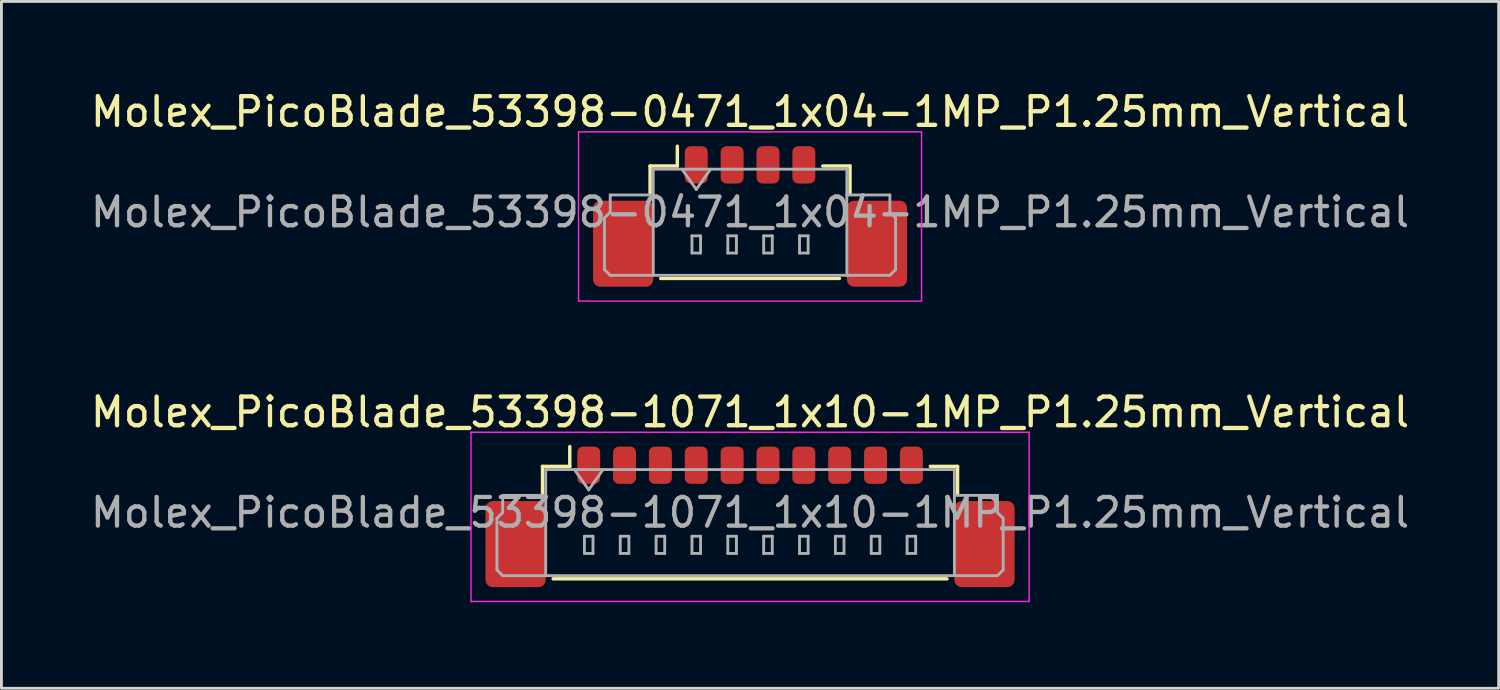
<source format=kicad_pcb>
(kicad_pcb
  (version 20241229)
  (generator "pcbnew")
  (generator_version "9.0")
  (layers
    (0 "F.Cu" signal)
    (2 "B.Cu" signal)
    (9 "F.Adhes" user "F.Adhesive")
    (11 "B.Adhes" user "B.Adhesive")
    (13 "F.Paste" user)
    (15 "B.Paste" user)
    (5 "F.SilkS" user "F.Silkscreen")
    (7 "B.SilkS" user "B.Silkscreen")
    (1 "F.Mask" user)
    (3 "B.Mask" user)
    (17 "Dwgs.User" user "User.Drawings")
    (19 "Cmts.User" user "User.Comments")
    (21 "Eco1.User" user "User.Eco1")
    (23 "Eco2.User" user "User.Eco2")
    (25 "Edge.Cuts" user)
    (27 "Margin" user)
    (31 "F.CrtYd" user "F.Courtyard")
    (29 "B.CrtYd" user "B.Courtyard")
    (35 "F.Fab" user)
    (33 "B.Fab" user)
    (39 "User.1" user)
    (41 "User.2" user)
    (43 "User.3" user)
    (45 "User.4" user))
  (footprint "Molex_PicoBlade_53398-0471_1x04-1MP_P1.25mm_Vertical"
    (layer "F.Cu")
    (at 23.101 3.948)
    (property "Reference" "Molex_PicoBlade_53398-0471_1x04-1MP_P1.25mm_Vertical" (at 0 -3.1 0) (layer "F.SilkS") (effects (font (size 1 1) (thickness 0.15))))
    (attr smd)
    (fp_line (start -3.485 -1.21) (end -2.535 -1.21) (stroke (width 0.12) (type solid)) (layer "F.SilkS"))
    (fp_line (start -3.485 -0.26) (end -3.485 -1.21) (stroke (width 0.12) (type solid)) (layer "F.SilkS"))
    (fp_line (start -3.115 2.71) (end 3.115 2.71) (stroke (width 0.12) (type solid)) (layer "F.SilkS"))
    (fp_line (start -2.535 -1.21) (end -2.535 -1.9) (stroke (width 0.12) (type solid)) (layer "F.SilkS"))
    (fp_line (start 3.485 -1.21) (end 2.535 -1.21) (stroke (width 0.12) (type solid)) (layer "F.SilkS"))
    (fp_line (start 3.485 -0.26) (end 3.485 -1.21) (stroke (width 0.12) (type solid)) (layer "F.SilkS"))
    (fp_line (start -5.98 -2.4) (end -5.98 3.5) (stroke (width 0.05) (type solid)) (layer "F.CrtYd"))
    (fp_line (start -5.98 3.5) (end 5.98 3.5) (stroke (width 0.05) (type solid)) (layer "F.CrtYd"))
    (fp_line (start 5.98 -2.4) (end -5.98 -2.4) (stroke (width 0.05) (type solid)) (layer "F.CrtYd"))
    (fp_line (start 5.98 3.5) (end 5.98 -2.4) (stroke (width 0.05) (type solid)) (layer "F.CrtYd"))
    (fp_line (start -5.075 0.6) (end -4.875 0.4) (stroke (width 0.1) (type solid)) (layer "F.Fab"))
    (fp_line (start -5.075 2.4) (end -5.075 0.6) (stroke (width 0.1) (type solid)) (layer "F.Fab"))
    (fp_line (start -4.875 -0.2) (end -3.375 -0.2) (stroke (width 0.1) (type solid)) (layer "F.Fab"))
    (fp_line (start -4.875 0.4) (end -4.875 -0.2) (stroke (width 0.1) (type solid)) (layer "F.Fab"))
    (fp_line (start -4.875 2.6) (end -5.075 2.4) (stroke (width 0.1) (type solid)) (layer "F.Fab"))
    (fp_line (start -3.375 -1.1) (end -3.375 2.6) (stroke (width 0.1) (type solid)) (layer "F.Fab"))
    (fp_line (start -3.375 -1.1) (end 3.375 -1.1) (stroke (width 0.1) (type solid)) (layer "F.Fab"))
    (fp_line (start -3.375 2.6) (end -4.875 2.6) (stroke (width 0.1) (type solid)) (layer "F.Fab"))
    (fp_line (start -3.375 2.6) (end 3.375 2.6) (stroke (width 0.1) (type solid)) (layer "F.Fab"))
    (fp_line (start -2.375 -1.1) (end -1.875 -0.393) (stroke (width 0.1) (type solid)) (layer "F.Fab"))
    (fp_line (start -2.025 1.225) (end -2.025 1.825) (stroke (width 0.1) (type solid)) (layer "F.Fab"))
    (fp_line (start -2.025 1.825) (end -1.725 1.825) (stroke (width 0.1) (type solid)) (layer "F.Fab"))
    (fp_line (start -1.875 -0.393) (end -1.375 -1.1) (stroke (width 0.1) (type solid)) (layer "F.Fab"))
    (fp_line (start -1.725 1.225) (end -2.025 1.225) (stroke (width 0.1) (type solid)) (layer "F.Fab"))
    (fp_line (start -1.725 1.825) (end -1.725 1.225) (stroke (width 0.1) (type solid)) (layer "F.Fab"))
    (fp_line (start -0.775 1.225) (end -0.775 1.825) (stroke (width 0.1) (type solid)) (layer "F.Fab"))
    (fp_line (start -0.775 1.825) (end -0.475 1.825) (stroke (width 0.1) (type solid)) (layer "F.Fab"))
    (fp_line (start -0.475 1.225) (end -0.775 1.225) (stroke (width 0.1) (type solid)) (layer "F.Fab"))
    (fp_line (start -0.475 1.825) (end -0.475 1.225) (stroke (width 0.1) (type solid)) (layer "F.Fab"))
    (fp_line (start 0.475 1.225) (end 0.475 1.825) (stroke (width 0.1) (type solid)) (layer "F.Fab"))
    (fp_line (start 0.475 1.825) (end 0.775 1.825) (stroke (width 0.1) (type solid)) (layer "F.Fab"))
    (fp_line (start 0.775 1.225) (end 0.475 1.225) (stroke (width 0.1) (type solid)) (layer "F.Fab"))
    (fp_line (start 0.775 1.825) (end 0.775 1.225) (stroke (width 0.1) (type solid)) (layer "F.Fab"))
    (fp_line (start 1.725 1.225) (end 1.725 1.825) (stroke (width 0.1) (type solid)) (layer "F.Fab"))
    (fp_line (start 1.725 1.825) (end 2.025 1.825) (stroke (width 0.1) (type solid)) (layer "F.Fab"))
    (fp_line (start 2.025 1.225) (end 1.725 1.225) (stroke (width 0.1) (type solid)) (layer "F.Fab"))
    (fp_line (start 2.025 1.825) (end 2.025 1.225) (stroke (width 0.1) (type solid)) (layer "F.Fab"))
    (fp_line (start 3.375 -1.1) (end 3.375 2.6) (stroke (width 0.1) (type solid)) (layer "F.Fab"))
    (fp_line (start 3.375 2.6) (end 4.875 2.6) (stroke (width 0.1) (type solid)) (layer "F.Fab"))
    (fp_line (start 4.875 -0.2) (end 3.375 -0.2) (stroke (width 0.1) (type solid)) (layer "F.Fab"))
    (fp_line (start 4.875 0.4) (end 4.875 -0.2) (stroke (width 0.1) (type solid)) (layer "F.Fab"))
    (fp_line (start 4.875 2.6) (end 5.075 2.4) (stroke (width 0.1) (type solid)) (layer "F.Fab"))
    (fp_line (start 5.075 0.6) (end 4.875 0.4) (stroke (width 0.1) (type solid)) (layer "F.Fab"))
    (fp_line (start 5.075 2.4) (end 5.075 0.6) (stroke (width 0.1) (type solid)) (layer "F.Fab"))
    (fp_text user "${REFERENCE}" (at 0 0.4 0) (layer "F.Fab") (effects (font (size 1 1) (thickness 0.15))))
    (pad "1" smd roundrect (at -1.875 -1.25) (size 0.8 1.3) (layers "F.Cu" "F.Mask" "F.Paste") (roundrect_rratio 0.25))
    (pad "2" smd roundrect (at -0.625 -1.25) (size 0.8 1.3) (layers "F.Cu" "F.Mask" "F.Paste") (roundrect_rratio 0.25))
    (pad "3" smd roundrect (at 0.625 -1.25) (size 0.8 1.3) (layers "F.Cu" "F.Mask" "F.Paste") (roundrect_rratio 0.25))
    (pad "4" smd roundrect (at 1.875 -1.25) (size 0.8 1.3) (layers "F.Cu" "F.Mask" "F.Paste") (roundrect_rratio 0.25))
    (pad "MP" smd roundrect (at -4.425 1.5) (size 2.1 3) (layers "F.Cu" "F.Mask" "F.Paste") (roundrect_rratio 0.119))
    (pad "MP" smd roundrect (at 4.425 1.5) (size 2.1 3) (layers "F.Cu" "F.Mask" "F.Paste") (roundrect_rratio 0.119)))
  (footprint "Molex_PicoBlade_53398-1071_1x10-1MP_P1.25mm_Vertical"
    (layer "F.Cu")
    (at 23.101 14.421)
    (property "Reference" "Molex_PicoBlade_53398-1071_1x10-1MP_P1.25mm_Vertical" (at 0 -3.1 0) (layer "F.SilkS") (effects (font (size 1 1) (thickness 0.15))))
    (attr smd)
    (fp_line (start -7.235 -1.21) (end -6.285 -1.21) (stroke (width 0.12) (type solid)) (layer "F.SilkS"))
    (fp_line (start -7.235 -0.26) (end -7.235 -1.21) (stroke (width 0.12) (type solid)) (layer "F.SilkS"))
    (fp_line (start -6.865 2.71) (end 6.865 2.71) (stroke (width 0.12) (type solid)) (layer "F.SilkS"))
    (fp_line (start -6.285 -1.21) (end -6.285 -1.9) (stroke (width 0.12) (type solid)) (layer "F.SilkS"))
    (fp_line (start 7.235 -1.21) (end 6.285 -1.21) (stroke (width 0.12) (type solid)) (layer "F.SilkS"))
    (fp_line (start 7.235 -0.26) (end 7.235 -1.21) (stroke (width 0.12) (type solid)) (layer "F.SilkS"))
    (fp_line (start -9.73 -2.4) (end -9.73 3.5) (stroke (width 0.05) (type solid)) (layer "F.CrtYd"))
    (fp_line (start -9.73 3.5) (end 9.73 3.5) (stroke (width 0.05) (type solid)) (layer "F.CrtYd"))
    (fp_line (start 9.73 -2.4) (end -9.73 -2.4) (stroke (width 0.05) (type solid)) (layer "F.CrtYd"))
    (fp_line (start 9.73 3.5) (end 9.73 -2.4) (stroke (width 0.05) (type solid)) (layer "F.CrtYd"))
    (fp_line (start -8.825 0.6) (end -8.625 0.4) (stroke (width 0.1) (type solid)) (layer "F.Fab"))
    (fp_line (start -8.825 2.4) (end -8.825 0.6) (stroke (width 0.1) (type solid)) (layer "F.Fab"))
    (fp_line (start -8.625 -0.2) (end -7.125 -0.2) (stroke (width 0.1) (type solid)) (layer "F.Fab"))
    (fp_line (start -8.625 0.4) (end -8.625 -0.2) (stroke (width 0.1) (type solid)) (layer "F.Fab"))
    (fp_line (start -8.625 2.6) (end -8.825 2.4) (stroke (width 0.1) (type solid)) (layer "F.Fab"))
    (fp_line (start -7.125 -1.1) (end -7.125 2.6) (stroke (width 0.1) (type solid)) (layer "F.Fab"))
    (fp_line (start -7.125 -1.1) (end 7.125 -1.1) (stroke (width 0.1) (type solid)) (layer "F.Fab"))
    (fp_line (start -7.125 2.6) (end -8.625 2.6) (stroke (width 0.1) (type solid)) (layer "F.Fab"))
    (fp_line (start -7.125 2.6) (end 7.125 2.6) (stroke (width 0.1) (type solid)) (layer "F.Fab"))
    (fp_line (start -6.125 -1.1) (end -5.625 -0.393) (stroke (width 0.1) (type solid)) (layer "F.Fab"))
    (fp_line (start -5.775 1.225) (end -5.775 1.825) (stroke (width 0.1) (type solid)) (layer "F.Fab"))
    (fp_line (start -5.775 1.825) (end -5.475 1.825) (stroke (width 0.1) (type solid)) (layer "F.Fab"))
    (fp_line (start -5.625 -0.393) (end -5.125 -1.1) (stroke (width 0.1) (type solid)) (layer "F.Fab"))
    (fp_line (start -5.475 1.225) (end -5.775 1.225) (stroke (width 0.1) (type solid)) (layer "F.Fab"))
    (fp_line (start -5.475 1.825) (end -5.475 1.225) (stroke (width 0.1) (type solid)) (layer "F.Fab"))
    (fp_line (start -4.525 1.225) (end -4.525 1.825) (stroke (width 0.1) (type solid)) (layer "F.Fab"))
    (fp_line (start -4.525 1.825) (end -4.225 1.825) (stroke (width 0.1) (type solid)) (layer "F.Fab"))
    (fp_line (start -4.225 1.225) (end -4.525 1.225) (stroke (width 0.1) (type solid)) (layer "F.Fab"))
    (fp_line (start -4.225 1.825) (end -4.225 1.225) (stroke (width 0.1) (type solid)) (layer "F.Fab"))
    (fp_line (start -3.275 1.225) (end -3.275 1.825) (stroke (width 0.1) (type solid)) (layer "F.Fab"))
    (fp_line (start -3.275 1.825) (end -2.975 1.825) (stroke (width 0.1) (type solid)) (layer "F.Fab"))
    (fp_line (start -2.975 1.225) (end -3.275 1.225) (stroke (width 0.1) (type solid)) (layer "F.Fab"))
    (fp_line (start -2.975 1.825) (end -2.975 1.225) (stroke (width 0.1) (type solid)) (layer "F.Fab"))
    (fp_line (start -2.025 1.225) (end -2.025 1.825) (stroke (width 0.1) (type solid)) (layer "F.Fab"))
    (fp_line (start -2.025 1.825) (end -1.725 1.825) (stroke (width 0.1) (type solid)) (layer "F.Fab"))
    (fp_line (start -1.725 1.225) (end -2.025 1.225) (stroke (width 0.1) (type solid)) (layer "F.Fab"))
    (fp_line (start -1.725 1.825) (end -1.725 1.225) (stroke (width 0.1) (type solid)) (layer "F.Fab"))
    (fp_line (start -0.775 1.225) (end -0.775 1.825) (stroke (width 0.1) (type solid)) (layer "F.Fab"))
    (fp_line (start -0.775 1.825) (end -0.475 1.825) (stroke (width 0.1) (type solid)) (layer "F.Fab"))
    (fp_line (start -0.475 1.225) (end -0.775 1.225) (stroke (width 0.1) (type solid)) (layer "F.Fab"))
    (fp_line (start -0.475 1.825) (end -0.475 1.225) (stroke (width 0.1) (type solid)) (layer "F.Fab"))
    (fp_line (start 0.475 1.225) (end 0.475 1.825) (stroke (width 0.1) (type solid)) (layer "F.Fab"))
    (fp_line (start 0.475 1.825) (end 0.775 1.825) (stroke (width 0.1) (type solid)) (layer "F.Fab"))
    (fp_line (start 0.775 1.225) (end 0.475 1.225) (stroke (width 0.1) (type solid)) (layer "F.Fab"))
    (fp_line (start 0.775 1.825) (end 0.775 1.225) (stroke (width 0.1) (type solid)) (layer "F.Fab"))
    (fp_line (start 1.725 1.225) (end 1.725 1.825) (stroke (width 0.1) (type solid)) (layer "F.Fab"))
    (fp_line (start 1.725 1.825) (end 2.025 1.825) (stroke (width 0.1) (type solid)) (layer "F.Fab"))
    (fp_line (start 2.025 1.225) (end 1.725 1.225) (stroke (width 0.1) (type solid)) (layer "F.Fab"))
    (fp_line (start 2.025 1.825) (end 2.025 1.225) (stroke (width 0.1) (type solid)) (layer "F.Fab"))
    (fp_line (start 2.975 1.225) (end 2.975 1.825) (stroke (width 0.1) (type solid)) (layer "F.Fab"))
    (fp_line (start 2.975 1.825) (end 3.275 1.825) (stroke (width 0.1) (type solid)) (layer "F.Fab"))
    (fp_line (start 3.275 1.225) (end 2.975 1.225) (stroke (width 0.1) (type solid)) (layer "F.Fab"))
    (fp_line (start 3.275 1.825) (end 3.275 1.225) (stroke (width 0.1) (type solid)) (layer "F.Fab"))
    (fp_line (start 4.225 1.225) (end 4.225 1.825) (stroke (width 0.1) (type solid)) (layer "F.Fab"))
    (fp_line (start 4.225 1.825) (end 4.525 1.825) (stroke (width 0.1) (type solid)) (layer "F.Fab"))
    (fp_line (start 4.525 1.225) (end 4.225 1.225) (stroke (width 0.1) (type solid)) (layer "F.Fab"))
    (fp_line (start 4.525 1.825) (end 4.525 1.225) (stroke (width 0.1) (type solid)) (layer "F.Fab"))
    (fp_line (start 5.475 1.225) (end 5.475 1.825) (stroke (width 0.1) (type solid)) (layer "F.Fab"))
    (fp_line (start 5.475 1.825) (end 5.775 1.825) (stroke (width 0.1) (type solid)) (layer "F.Fab"))
    (fp_line (start 5.775 1.225) (end 5.475 1.225) (stroke (width 0.1) (type solid)) (layer "F.Fab"))
    (fp_line (start 5.775 1.825) (end 5.775 1.225) (stroke (width 0.1) (type solid)) (layer "F.Fab"))
    (fp_line (start 7.125 -1.1) (end 7.125 2.6) (stroke (width 0.1) (type solid)) (layer "F.Fab"))
    (fp_line (start 7.125 2.6) (end 8.625 2.6) (stroke (width 0.1) (type solid)) (layer "F.Fab"))
    (fp_line (start 8.625 -0.2) (end 7.125 -0.2) (stroke (width 0.1) (type solid)) (layer "F.Fab"))
    (fp_line (start 8.625 0.4) (end 8.625 -0.2) (stroke (width 0.1) (type solid)) (layer "F.Fab"))
    (fp_line (start 8.625 2.6) (end 8.825 2.4) (stroke (width 0.1) (type solid)) (layer "F.Fab"))
    (fp_line (start 8.825 0.6) (end 8.625 0.4) (stroke (width 0.1) (type solid)) (layer "F.Fab"))
    (fp_line (start 8.825 2.4) (end 8.825 0.6) (stroke (width 0.1) (type solid)) (layer "F.Fab"))
    (fp_text user "${REFERENCE}" (at 0 0.4 0) (layer "F.Fab") (effects (font (size 1 1) (thickness 0.15))))
    (pad "1" smd roundrect (at -5.625 -1.25) (size 0.8 1.3) (layers "F.Cu" "F.Mask" "F.Paste") (roundrect_rratio 0.25))
    (pad "2" smd roundrect (at -4.375 -1.25) (size 0.8 1.3) (layers "F.Cu" "F.Mask" "F.Paste") (roundrect_rratio 0.25))
    (pad "3" smd roundrect (at -3.125 -1.25) (size 0.8 1.3) (layers "F.Cu" "F.Mask" "F.Paste") (roundrect_rratio 0.25))
    (pad "4" smd roundrect (at -1.875 -1.25) (size 0.8 1.3) (layers "F.Cu" "F.Mask" "F.Paste") (roundrect_rratio 0.25))
    (pad "5" smd roundrect (at -0.625 -1.25) (size 0.8 1.3) (layers "F.Cu" "F.Mask" "F.Paste") (roundrect_rratio 0.25))
    (pad "6" smd roundrect (at 0.625 -1.25) (size 0.8 1.3) (layers "F.Cu" "F.Mask" "F.Paste") (roundrect_rratio 0.25))
    (pad "7" smd roundrect (at 1.875 -1.25) (size 0.8 1.3) (layers "F.Cu" "F.Mask" "F.Paste") (roundrect_rratio 0.25))
    (pad "8" smd roundrect (at 3.125 -1.25) (size 0.8 1.3) (layers "F.Cu" "F.Mask" "F.Paste") (roundrect_rratio 0.25))
    (pad "9" smd roundrect (at 4.375 -1.25) (size 0.8 1.3) (layers "F.Cu" "F.Mask" "F.Paste") (roundrect_rratio 0.25))
    (pad "10" smd roundrect (at 5.625 -1.25) (size 0.8 1.3) (layers "F.Cu" "F.Mask" "F.Paste") (roundrect_rratio 0.25))
    (pad "MP" smd roundrect (at -8.175 1.5) (size 2.1 3) (layers "F.Cu" "F.Mask" "F.Paste") (roundrect_rratio 0.119))
    (pad "MP" smd roundrect (at 8.175 1.5) (size 2.1 3) (layers "F.Cu" "F.Mask" "F.Paste") (roundrect_rratio 0.119)))
  (gr_rect
    (start -3 -3)
    (end 49.202 20.947)
    (stroke (width 0.1) (type default))
    (fill no)
    (layer "Edge.Cuts")))
</source>
